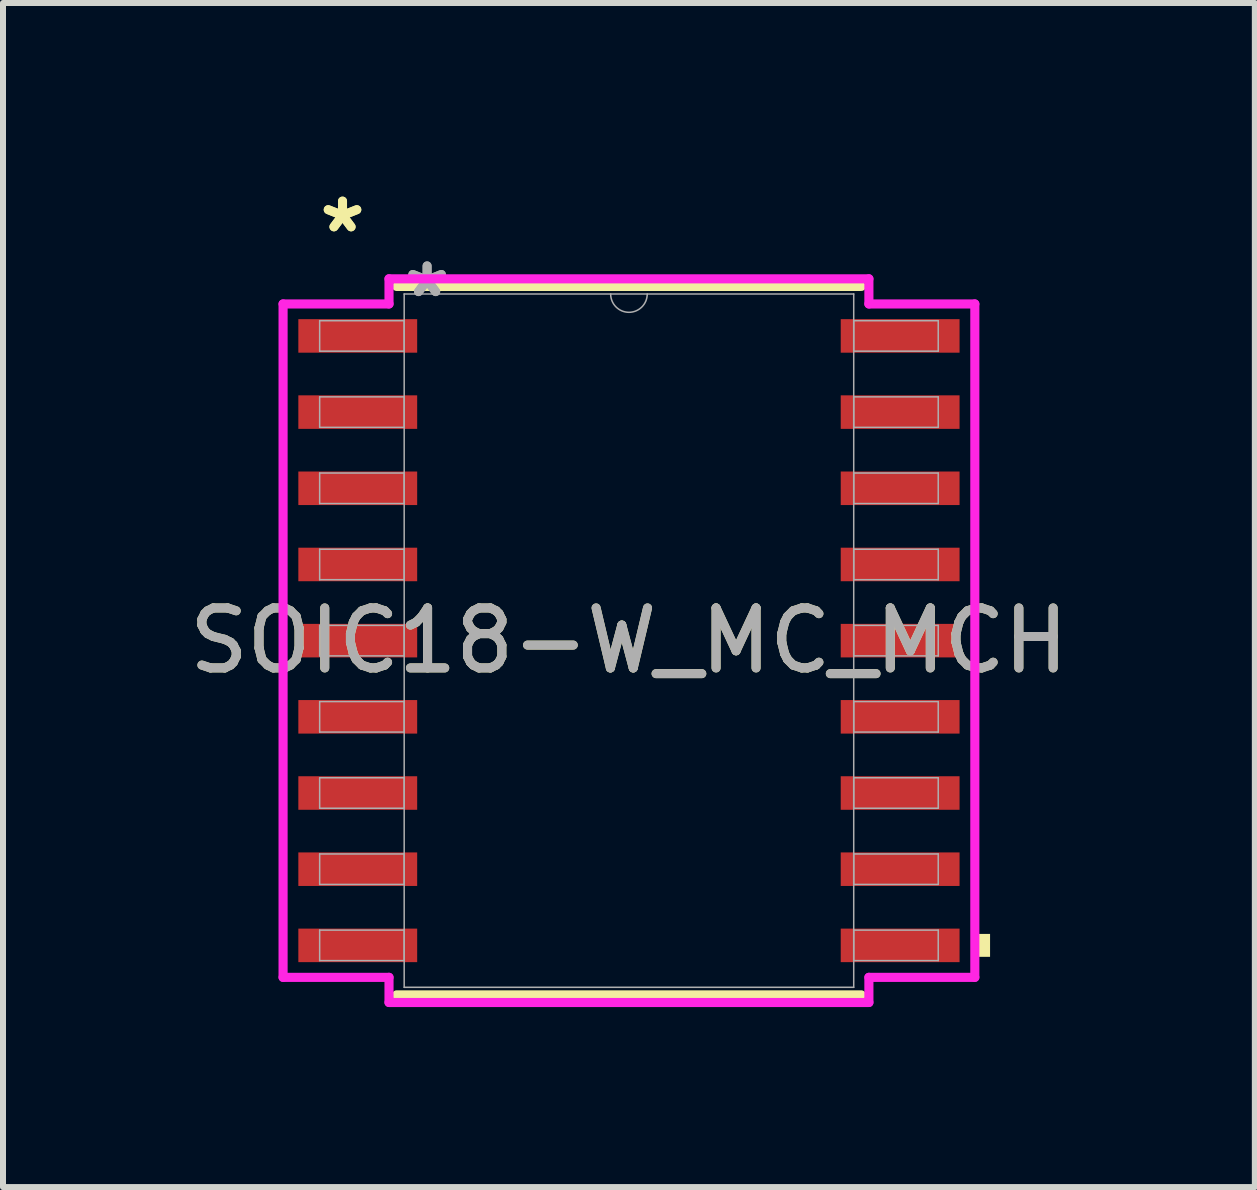
<source format=kicad_pcb>
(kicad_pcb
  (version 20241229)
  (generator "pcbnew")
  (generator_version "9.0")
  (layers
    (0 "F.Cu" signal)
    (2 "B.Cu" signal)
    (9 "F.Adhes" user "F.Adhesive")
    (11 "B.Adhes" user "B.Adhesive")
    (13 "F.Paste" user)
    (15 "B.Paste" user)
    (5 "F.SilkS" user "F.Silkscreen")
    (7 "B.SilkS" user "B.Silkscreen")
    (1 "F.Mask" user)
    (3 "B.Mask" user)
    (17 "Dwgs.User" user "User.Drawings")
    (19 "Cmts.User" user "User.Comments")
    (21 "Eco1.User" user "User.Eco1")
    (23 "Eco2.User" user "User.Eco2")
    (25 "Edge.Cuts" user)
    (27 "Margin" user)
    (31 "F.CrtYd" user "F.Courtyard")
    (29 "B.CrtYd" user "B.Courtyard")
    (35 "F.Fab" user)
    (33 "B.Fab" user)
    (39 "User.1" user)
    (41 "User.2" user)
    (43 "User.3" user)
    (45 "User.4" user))
  (footprint "SOIC18-W_MC_MCH"
    (layer "F.Cu")
    (at 7.435 7.63)
    (property "Reference" "SOIC18-W_MC_MCH" (at 0 0 0) (unlocked yes) (layer "F.SilkS") (effects (font (size 1 1) (thickness 0.15))))
    (attr smd)
    (fp_line (start -3.873 5.905) (end 3.873 5.905) (stroke (width 0.152) (type solid)) (layer "F.SilkS"))
    (fp_line (start 3.873 -5.905) (end -3.873 -5.905) (stroke (width 0.152) (type solid)) (layer "F.SilkS"))
    (fp_poly (pts (xy 6.02 4.889) (xy 6.02 5.271) (xy 5.766 5.271) (xy 5.766 4.889)) (stroke (width 0) (type solid)) (fill yes) (layer "F.SilkS"))
    (fp_line (start -5.766 -5.613) (end -4 -5.613) (stroke (width 0.152) (type solid)) (layer "F.CrtYd"))
    (fp_line (start -5.766 5.613) (end -5.766 -5.613) (stroke (width 0.152) (type solid)) (layer "F.CrtYd"))
    (fp_line (start -5.766 5.613) (end -4 5.613) (stroke (width 0.152) (type solid)) (layer "F.CrtYd"))
    (fp_line (start -4 -6.032) (end 4 -6.032) (stroke (width 0.152) (type solid)) (layer "F.CrtYd"))
    (fp_line (start -4 -5.613) (end -4 -6.032) (stroke (width 0.152) (type solid)) (layer "F.CrtYd"))
    (fp_line (start -4 6.032) (end -4 5.613) (stroke (width 0.152) (type solid)) (layer "F.CrtYd"))
    (fp_line (start 4 -6.032) (end 4 -5.613) (stroke (width 0.152) (type solid)) (layer "F.CrtYd"))
    (fp_line (start 4 5.613) (end 4 6.032) (stroke (width 0.152) (type solid)) (layer "F.CrtYd"))
    (fp_line (start 4 6.032) (end -4 6.032) (stroke (width 0.152) (type solid)) (layer "F.CrtYd"))
    (fp_line (start 5.766 -5.613) (end 4 -5.613) (stroke (width 0.152) (type solid)) (layer "F.CrtYd"))
    (fp_line (start 5.766 -5.613) (end 5.766 5.613) (stroke (width 0.152) (type solid)) (layer "F.CrtYd"))
    (fp_line (start 5.766 5.613) (end 4 5.613) (stroke (width 0.152) (type solid)) (layer "F.CrtYd"))
    (fp_line (start -5.156 -5.334) (end -5.156 -4.826) (stroke (width 0.025) (type solid)) (layer "F.Fab"))
    (fp_line (start -5.156 -4.826) (end -3.747 -4.826) (stroke (width 0.025) (type solid)) (layer "F.Fab"))
    (fp_line (start -5.156 -4.064) (end -5.156 -3.556) (stroke (width 0.025) (type solid)) (layer "F.Fab"))
    (fp_line (start -5.156 -3.556) (end -3.747 -3.556) (stroke (width 0.025) (type solid)) (layer "F.Fab"))
    (fp_line (start -5.156 -2.794) (end -5.156 -2.286) (stroke (width 0.025) (type solid)) (layer "F.Fab"))
    (fp_line (start -5.156 -2.286) (end -3.747 -2.286) (stroke (width 0.025) (type solid)) (layer "F.Fab"))
    (fp_line (start -5.156 -1.524) (end -5.156 -1.016) (stroke (width 0.025) (type solid)) (layer "F.Fab"))
    (fp_line (start -5.156 -1.016) (end -3.747 -1.016) (stroke (width 0.025) (type solid)) (layer "F.Fab"))
    (fp_line (start -5.156 -0.254) (end -5.156 0.254) (stroke (width 0.025) (type solid)) (layer "F.Fab"))
    (fp_line (start -5.156 0.254) (end -3.747 0.254) (stroke (width 0.025) (type solid)) (layer "F.Fab"))
    (fp_line (start -5.156 1.016) (end -5.156 1.524) (stroke (width 0.025) (type solid)) (layer "F.Fab"))
    (fp_line (start -5.156 1.524) (end -3.747 1.524) (stroke (width 0.025) (type solid)) (layer "F.Fab"))
    (fp_line (start -5.156 2.286) (end -5.156 2.794) (stroke (width 0.025) (type solid)) (layer "F.Fab"))
    (fp_line (start -5.156 2.794) (end -3.747 2.794) (stroke (width 0.025) (type solid)) (layer "F.Fab"))
    (fp_line (start -5.156 3.556) (end -5.156 4.064) (stroke (width 0.025) (type solid)) (layer "F.Fab"))
    (fp_line (start -5.156 4.064) (end -3.747 4.064) (stroke (width 0.025) (type solid)) (layer "F.Fab"))
    (fp_line (start -5.156 4.826) (end -5.156 5.334) (stroke (width 0.025) (type solid)) (layer "F.Fab"))
    (fp_line (start -5.156 5.334) (end -3.747 5.334) (stroke (width 0.025) (type solid)) (layer "F.Fab"))
    (fp_line (start -3.747 -5.779) (end -3.747 5.779) (stroke (width 0.025) (type solid)) (layer "F.Fab"))
    (fp_line (start -3.747 -5.334) (end -5.156 -5.334) (stroke (width 0.025) (type solid)) (layer "F.Fab"))
    (fp_line (start -3.747 -4.826) (end -3.747 -5.334) (stroke (width 0.025) (type solid)) (layer "F.Fab"))
    (fp_line (start -3.747 -4.064) (end -5.156 -4.064) (stroke (width 0.025) (type solid)) (layer "F.Fab"))
    (fp_line (start -3.747 -3.556) (end -3.747 -4.064) (stroke (width 0.025) (type solid)) (layer "F.Fab"))
    (fp_line (start -3.747 -2.794) (end -5.156 -2.794) (stroke (width 0.025) (type solid)) (layer "F.Fab"))
    (fp_line (start -3.747 -2.286) (end -3.747 -2.794) (stroke (width 0.025) (type solid)) (layer "F.Fab"))
    (fp_line (start -3.747 -1.524) (end -5.156 -1.524) (stroke (width 0.025) (type solid)) (layer "F.Fab"))
    (fp_line (start -3.747 -1.016) (end -3.747 -1.524) (stroke (width 0.025) (type solid)) (layer "F.Fab"))
    (fp_line (start -3.747 -0.254) (end -5.156 -0.254) (stroke (width 0.025) (type solid)) (layer "F.Fab"))
    (fp_line (start -3.747 0.254) (end -3.747 -0.254) (stroke (width 0.025) (type solid)) (layer "F.Fab"))
    (fp_line (start -3.747 1.016) (end -5.156 1.016) (stroke (width 0.025) (type solid)) (layer "F.Fab"))
    (fp_line (start -3.747 1.524) (end -3.747 1.016) (stroke (width 0.025) (type solid)) (layer "F.Fab"))
    (fp_line (start -3.747 2.286) (end -5.156 2.286) (stroke (width 0.025) (type solid)) (layer "F.Fab"))
    (fp_line (start -3.747 2.794) (end -3.747 2.286) (stroke (width 0.025) (type solid)) (layer "F.Fab"))
    (fp_line (start -3.747 3.556) (end -5.156 3.556) (stroke (width 0.025) (type solid)) (layer "F.Fab"))
    (fp_line (start -3.747 4.064) (end -3.747 3.556) (stroke (width 0.025) (type solid)) (layer "F.Fab"))
    (fp_line (start -3.747 4.826) (end -5.156 4.826) (stroke (width 0.025) (type solid)) (layer "F.Fab"))
    (fp_line (start -3.747 5.334) (end -3.747 4.826) (stroke (width 0.025) (type solid)) (layer "F.Fab"))
    (fp_line (start -3.747 5.779) (end 3.747 5.779) (stroke (width 0.025) (type solid)) (layer "F.Fab"))
    (fp_line (start 3.747 -5.779) (end -3.747 -5.779) (stroke (width 0.025) (type solid)) (layer "F.Fab"))
    (fp_line (start 3.747 -5.334) (end 3.747 -4.826) (stroke (width 0.025) (type solid)) (layer "F.Fab"))
    (fp_line (start 3.747 -4.826) (end 5.156 -4.826) (stroke (width 0.025) (type solid)) (layer "F.Fab"))
    (fp_line (start 3.747 -4.064) (end 3.747 -3.556) (stroke (width 0.025) (type solid)) (layer "F.Fab"))
    (fp_line (start 3.747 -3.556) (end 5.156 -3.556) (stroke (width 0.025) (type solid)) (layer "F.Fab"))
    (fp_line (start 3.747 -2.794) (end 3.747 -2.286) (stroke (width 0.025) (type solid)) (layer "F.Fab"))
    (fp_line (start 3.747 -2.286) (end 5.156 -2.286) (stroke (width 0.025) (type solid)) (layer "F.Fab"))
    (fp_line (start 3.747 -1.524) (end 3.747 -1.016) (stroke (width 0.025) (type solid)) (layer "F.Fab"))
    (fp_line (start 3.747 -1.016) (end 5.156 -1.016) (stroke (width 0.025) (type solid)) (layer "F.Fab"))
    (fp_line (start 3.747 -0.254) (end 3.747 0.254) (stroke (width 0.025) (type solid)) (layer "F.Fab"))
    (fp_line (start 3.747 0.254) (end 5.156 0.254) (stroke (width 0.025) (type solid)) (layer "F.Fab"))
    (fp_line (start 3.747 1.016) (end 3.747 1.524) (stroke (width 0.025) (type solid)) (layer "F.Fab"))
    (fp_line (start 3.747 1.524) (end 5.156 1.524) (stroke (width 0.025) (type solid)) (layer "F.Fab"))
    (fp_line (start 3.747 2.286) (end 3.747 2.794) (stroke (width 0.025) (type solid)) (layer "F.Fab"))
    (fp_line (start 3.747 2.794) (end 5.156 2.794) (stroke (width 0.025) (type solid)) (layer "F.Fab"))
    (fp_line (start 3.747 3.556) (end 3.747 4.064) (stroke (width 0.025) (type solid)) (layer "F.Fab"))
    (fp_line (start 3.747 4.064) (end 5.156 4.064) (stroke (width 0.025) (type solid)) (layer "F.Fab"))
    (fp_line (start 3.747 4.826) (end 3.747 5.334) (stroke (width 0.025) (type solid)) (layer "F.Fab"))
    (fp_line (start 3.747 5.334) (end 5.156 5.334) (stroke (width 0.025) (type solid)) (layer "F.Fab"))
    (fp_line (start 3.747 5.779) (end 3.747 -5.779) (stroke (width 0.025) (type solid)) (layer "F.Fab"))
    (fp_line (start 5.156 -5.334) (end 3.747 -5.334) (stroke (width 0.025) (type solid)) (layer "F.Fab"))
    (fp_line (start 5.156 -4.826) (end 5.156 -5.334) (stroke (width 0.025) (type solid)) (layer "F.Fab"))
    (fp_line (start 5.156 -4.064) (end 3.747 -4.064) (stroke (width 0.025) (type solid)) (layer "F.Fab"))
    (fp_line (start 5.156 -3.556) (end 5.156 -4.064) (stroke (width 0.025) (type solid)) (layer "F.Fab"))
    (fp_line (start 5.156 -2.794) (end 3.747 -2.794) (stroke (width 0.025) (type solid)) (layer "F.Fab"))
    (fp_line (start 5.156 -2.286) (end 5.156 -2.794) (stroke (width 0.025) (type solid)) (layer "F.Fab"))
    (fp_line (start 5.156 -1.524) (end 3.747 -1.524) (stroke (width 0.025) (type solid)) (layer "F.Fab"))
    (fp_line (start 5.156 -1.016) (end 5.156 -1.524) (stroke (width 0.025) (type solid)) (layer "F.Fab"))
    (fp_line (start 5.156 -0.254) (end 3.747 -0.254) (stroke (width 0.025) (type solid)) (layer "F.Fab"))
    (fp_line (start 5.156 0.254) (end 5.156 -0.254) (stroke (width 0.025) (type solid)) (layer "F.Fab"))
    (fp_line (start 5.156 1.016) (end 3.747 1.016) (stroke (width 0.025) (type solid)) (layer "F.Fab"))
    (fp_line (start 5.156 1.524) (end 5.156 1.016) (stroke (width 0.025) (type solid)) (layer "F.Fab"))
    (fp_line (start 5.156 2.286) (end 3.747 2.286) (stroke (width 0.025) (type solid)) (layer "F.Fab"))
    (fp_line (start 5.156 2.794) (end 5.156 2.286) (stroke (width 0.025) (type solid)) (layer "F.Fab"))
    (fp_line (start 5.156 3.556) (end 3.747 3.556) (stroke (width 0.025) (type solid)) (layer "F.Fab"))
    (fp_line (start 5.156 4.064) (end 5.156 3.556) (stroke (width 0.025) (type solid)) (layer "F.Fab"))
    (fp_line (start 5.156 4.826) (end 3.747 4.826) (stroke (width 0.025) (type solid)) (layer "F.Fab"))
    (fp_line (start 5.156 5.334) (end 5.156 4.826) (stroke (width 0.025) (type solid)) (layer "F.Fab"))
    (fp_arc (start 0.3048 -5.7785) (mid 0 -5.4737) (end -0.3048 -5.7785) (stroke (width 0.0254) (type solid)) (layer "F.Fab"))
    (fp_text user "*" (at -4.775 -6.782 0) (unlocked yes) (layer "F.SilkS") (effects (font (size 1 1) (thickness 0.15))))
    (fp_text user "*" (at -4.775 -6.782 0) (layer "F.SilkS") (effects (font (size 1 1) (thickness 0.15))))
    (fp_text user "${REFERENCE}" (at 0 0 0) (unlocked yes) (layer "F.Fab") (effects (font (size 1 1) (thickness 0.15))))
    (fp_text user "*" (at -3.365 -5.702 0) (unlocked yes) (layer "F.Fab") (effects (font (size 1 1) (thickness 0.15))))
    (fp_text user "*" (at -3.365 -5.702 0) (layer "F.Fab") (effects (font (size 1 1) (thickness 0.15))))
    (pad "1" smd rect (at -4.521 -5.08) (size 1.981 0.559) (layers "F.Cu" "F.Mask" "F.Paste"))
    (pad "2" smd rect (at -4.521 -3.81) (size 1.981 0.559) (layers "F.Cu" "F.Mask" "F.Paste"))
    (pad "3" smd rect (at -4.521 -2.54) (size 1.981 0.559) (layers "F.Cu" "F.Mask" "F.Paste"))
    (pad "4" smd rect (at -4.521 -1.27) (size 1.981 0.559) (layers "F.Cu" "F.Mask" "F.Paste"))
    (pad "5" smd rect (at -4.521 0) (size 1.981 0.559) (layers "F.Cu" "F.Mask" "F.Paste"))
    (pad "6" smd rect (at -4.521 1.27) (size 1.981 0.559) (layers "F.Cu" "F.Mask" "F.Paste"))
    (pad "7" smd rect (at -4.521 2.54) (size 1.981 0.559) (layers "F.Cu" "F.Mask" "F.Paste"))
    (pad "8" smd rect (at -4.521 3.81) (size 1.981 0.559) (layers "F.Cu" "F.Mask" "F.Paste"))
    (pad "9" smd rect (at -4.521 5.08) (size 1.981 0.559) (layers "F.Cu" "F.Mask" "F.Paste"))
    (pad "10" smd rect (at 4.521 5.08) (size 1.981 0.559) (layers "F.Cu" "F.Mask" "F.Paste"))
    (pad "11" smd rect (at 4.521 3.81) (size 1.981 0.559) (layers "F.Cu" "F.Mask" "F.Paste"))
    (pad "12" smd rect (at 4.521 2.54) (size 1.981 0.559) (layers "F.Cu" "F.Mask" "F.Paste"))
    (pad "13" smd rect (at 4.521 1.27) (size 1.981 0.559) (layers "F.Cu" "F.Mask" "F.Paste"))
    (pad "14" smd rect (at 4.521 0) (size 1.981 0.559) (layers "F.Cu" "F.Mask" "F.Paste"))
    (pad "15" smd rect (at 4.521 -1.27) (size 1.981 0.559) (layers "F.Cu" "F.Mask" "F.Paste"))
    (pad "16" smd rect (at 4.521 -2.54) (size 1.981 0.559) (layers "F.Cu" "F.Mask" "F.Paste"))
    (pad "17" smd rect (at 4.521 -3.81) (size 1.981 0.559) (layers "F.Cu" "F.Mask" "F.Paste"))
    (pad "18" smd rect (at 4.521 -5.08) (size 1.981 0.559) (layers "F.Cu" "F.Mask" "F.Paste")))
  (gr_rect
    (start -3 -3)
    (end 17.869 16.739)
    (stroke (width 0.1) (type default))
    (fill no)
    (layer "Edge.Cuts")))
</source>
